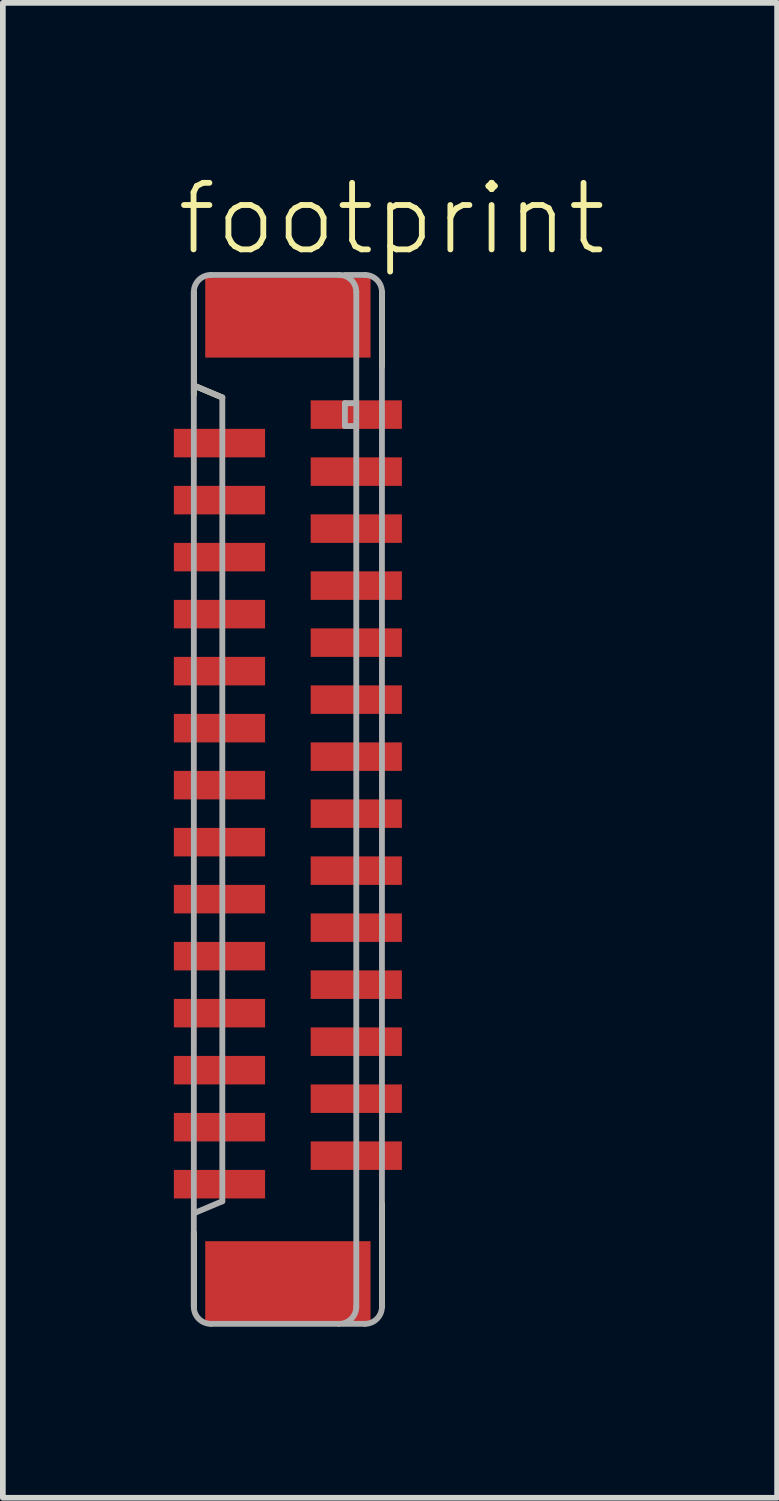
<source format=kicad_pcb>
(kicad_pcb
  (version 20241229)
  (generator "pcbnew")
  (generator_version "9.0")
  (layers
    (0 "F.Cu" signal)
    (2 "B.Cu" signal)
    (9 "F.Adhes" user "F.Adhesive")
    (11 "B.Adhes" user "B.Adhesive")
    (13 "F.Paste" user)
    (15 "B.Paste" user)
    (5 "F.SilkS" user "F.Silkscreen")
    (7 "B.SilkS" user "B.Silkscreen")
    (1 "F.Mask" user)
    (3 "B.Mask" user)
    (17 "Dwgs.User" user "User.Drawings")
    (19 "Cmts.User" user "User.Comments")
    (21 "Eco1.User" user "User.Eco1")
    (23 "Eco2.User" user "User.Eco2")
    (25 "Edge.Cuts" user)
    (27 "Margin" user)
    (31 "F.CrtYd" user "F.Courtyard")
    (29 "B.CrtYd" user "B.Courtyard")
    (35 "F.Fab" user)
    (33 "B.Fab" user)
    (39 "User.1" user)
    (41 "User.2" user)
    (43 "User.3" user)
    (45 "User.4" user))
  (footprint "footprint"
    (layer "F.Cu")
    (at 2 10.973)
    (property "Reference" "footprint" (at -2 -9.5 0) (layer "F.SilkS") (effects (font (size 1.168 1.168) (thickness 0.102)) (justify left bottom)))
    (fp_line (start -1.65 -8.9) (end -1.65 -7.1) (stroke (width 0.102) (type solid)) (layer "F.SilkS"))
    (fp_line (start -1.65 7.6) (end -1.65 8.9) (stroke (width 0.102) (type solid)) (layer "F.SilkS"))
    (fp_line (start -1.625 -7.25) (end -1.15 -7.05) (stroke (width 0.102) (type solid)) (layer "F.SilkS"))
    (fp_line (start 1.65 -7.6) (end 1.65 -8.9) (stroke (width 0.102) (type solid)) (layer "F.SilkS"))
    (fp_line (start 1.65 8.9) (end 1.65 7.1) (stroke (width 0.102) (type solid)) (layer "F.SilkS"))
    (fp_line (start -1.65 -8.9) (end -1.65 8.9) (stroke (width 0.102) (type solid)) (layer "F.Fab"))
    (fp_line (start -1.625 -7.25) (end -1.15 -7.05) (stroke (width 0.102) (type solid)) (layer "F.Fab"))
    (fp_line (start -1.35 9.2) (end 0.9 9.2) (stroke (width 0.102) (type solid)) (layer "F.Fab"))
    (fp_line (start -1.15 -7.05) (end -1.15 7.05) (stroke (width 0.102) (type solid)) (layer "F.Fab"))
    (fp_line (start -1.15 7.05) (end -1.625 7.25) (stroke (width 0.102) (type solid)) (layer "F.Fab"))
    (fp_line (start 0.9 -9.2) (end -1.35 -9.2) (stroke (width 0.102) (type solid)) (layer "F.Fab"))
    (fp_line (start 0.975 9.2) (end 1.35 9.2) (stroke (width 0.102) (type solid)) (layer "F.Fab"))
    (fp_line (start 1 -9.2) (end 1.35 -9.2) (stroke (width 0.102) (type solid)) (layer "F.Fab"))
    (fp_line (start 1 -6.95) (end 1 -6.55) (stroke (width 0.102) (type solid)) (layer "F.Fab"))
    (fp_line (start 1 -6.55) (end 1.15 -6.55) (stroke (width 0.102) (type solid)) (layer "F.Fab"))
    (fp_line (start 1.15 -6.95) (end 1 -6.95) (stroke (width 0.102) (type solid)) (layer "F.Fab"))
    (fp_line (start 1.2 8.9) (end 1.2 -8.9) (stroke (width 0.102) (type solid)) (layer "F.Fab"))
    (fp_line (start 1.65 8.9) (end 1.65 -8.9) (stroke (width 0.102) (type solid)) (layer "F.Fab"))
    (fp_arc (start -1.65 -8.9) (mid -1.562132 -9.112132) (end -1.35 -9.2) (stroke (width 0.1016) (type solid)) (layer "F.Fab"))
    (fp_arc (start -1.35 9.2) (mid -1.562132 9.112132) (end -1.65 8.9) (stroke (width 0.1016) (type solid)) (layer "F.Fab"))
    (fp_arc (start 0.9 -9.2) (mid 1.112132 -9.112132) (end 1.2 -8.9) (stroke (width 0.1016) (type solid)) (layer "F.Fab"))
    (fp_arc (start 1.2 8.9) (mid 1.112132 9.112132) (end 0.9 9.2) (stroke (width 0.1016) (type solid)) (layer "F.Fab"))
    (fp_arc (start 1.35 -9.2) (mid 1.562132 -9.112132) (end 1.65 -8.9) (stroke (width 0.1016) (type solid)) (layer "F.Fab"))
    (fp_arc (start 1.65 8.9) (mid 1.562132 9.112132) (end 1.35 9.2) (stroke (width 0.1016) (type solid)) (layer "F.Fab"))
    (pad "1" smd rect (at 1.2 -6.75 270) (size 0.5 1.6) (layers "F.Cu" "F.Mask" "F.Paste"))
    (pad "2" smd rect (at -1.2 -6.25 90) (size 0.5 1.6) (layers "F.Cu" "F.Mask" "F.Paste"))
    (pad "3" smd rect (at 1.2 -5.75 270) (size 0.5 1.6) (layers "F.Cu" "F.Mask" "F.Paste"))
    (pad "4" smd rect (at -1.2 -5.25 90) (size 0.5 1.6) (layers "F.Cu" "F.Mask" "F.Paste"))
    (pad "5" smd rect (at 1.2 -4.75 270) (size 0.5 1.6) (layers "F.Cu" "F.Mask" "F.Paste"))
    (pad "6" smd rect (at -1.2 -4.25 90) (size 0.5 1.6) (layers "F.Cu" "F.Mask" "F.Paste"))
    (pad "7" smd rect (at 1.2 -3.75 270) (size 0.5 1.6) (layers "F.Cu" "F.Mask" "F.Paste"))
    (pad "8" smd rect (at -1.2 -3.25 90) (size 0.5 1.6) (layers "F.Cu" "F.Mask" "F.Paste"))
    (pad "9" smd rect (at 1.2 -2.75 270) (size 0.5 1.6) (layers "F.Cu" "F.Mask" "F.Paste"))
    (pad "10" smd rect (at -1.2 -2.25 90) (size 0.5 1.6) (layers "F.Cu" "F.Mask" "F.Paste"))
    (pad "11" smd rect (at 1.2 -1.75 270) (size 0.5 1.6) (layers "F.Cu" "F.Mask" "F.Paste"))
    (pad "12" smd rect (at -1.2 -1.25 90) (size 0.5 1.6) (layers "F.Cu" "F.Mask" "F.Paste"))
    (pad "13" smd rect (at 1.2 -0.75 270) (size 0.5 1.6) (layers "F.Cu" "F.Mask" "F.Paste"))
    (pad "14" smd rect (at -1.2 -0.25 90) (size 0.5 1.6) (layers "F.Cu" "F.Mask" "F.Paste"))
    (pad "15" smd rect (at 1.2 0.25 270) (size 0.5 1.6) (layers "F.Cu" "F.Mask" "F.Paste"))
    (pad "16" smd rect (at -1.2 0.75 90) (size 0.5 1.6) (layers "F.Cu" "F.Mask" "F.Paste"))
    (pad "17" smd rect (at 1.2 1.25 270) (size 0.5 1.6) (layers "F.Cu" "F.Mask" "F.Paste"))
    (pad "18" smd rect (at -1.2 1.75 90) (size 0.5 1.6) (layers "F.Cu" "F.Mask" "F.Paste"))
    (pad "19" smd rect (at 1.2 2.25 270) (size 0.5 1.6) (layers "F.Cu" "F.Mask" "F.Paste"))
    (pad "20" smd rect (at -1.2 2.75 90) (size 0.5 1.6) (layers "F.Cu" "F.Mask" "F.Paste"))
    (pad "21" smd rect (at 1.2 3.25 270) (size 0.5 1.6) (layers "F.Cu" "F.Mask" "F.Paste"))
    (pad "22" smd rect (at -1.2 3.75 90) (size 0.5 1.6) (layers "F.Cu" "F.Mask" "F.Paste"))
    (pad "23" smd rect (at 1.2 4.25 270) (size 0.5 1.6) (layers "F.Cu" "F.Mask" "F.Paste"))
    (pad "24" smd rect (at -1.2 4.75 90) (size 0.5 1.6) (layers "F.Cu" "F.Mask" "F.Paste"))
    (pad "25" smd rect (at 1.2 5.25 270) (size 0.5 1.6) (layers "F.Cu" "F.Mask" "F.Paste"))
    (pad "26" smd rect (at -1.2 5.75 90) (size 0.5 1.6) (layers "F.Cu" "F.Mask" "F.Paste"))
    (pad "27" smd rect (at 1.2 6.25 270) (size 0.5 1.6) (layers "F.Cu" "F.Mask" "F.Paste"))
    (pad "28" smd rect (at -1.2 6.75 90) (size 0.5 1.6) (layers "F.Cu" "F.Mask" "F.Paste"))
    (pad "M1" smd rect (at 0 -8.45 270) (size 1.4 2.9) (layers "F.Cu" "F.Mask" "F.Paste"))
    (pad "M2" smd rect (at 0 8.45 270) (size 1.4 2.9) (layers "F.Cu" "F.Mask" "F.Paste")))
  (gr_rect
    (start -3 -3)
    (end 10.582 23.224)
    (stroke (width 0.1) (type default))
    (fill no)
    (layer "Edge.Cuts")))
</source>
